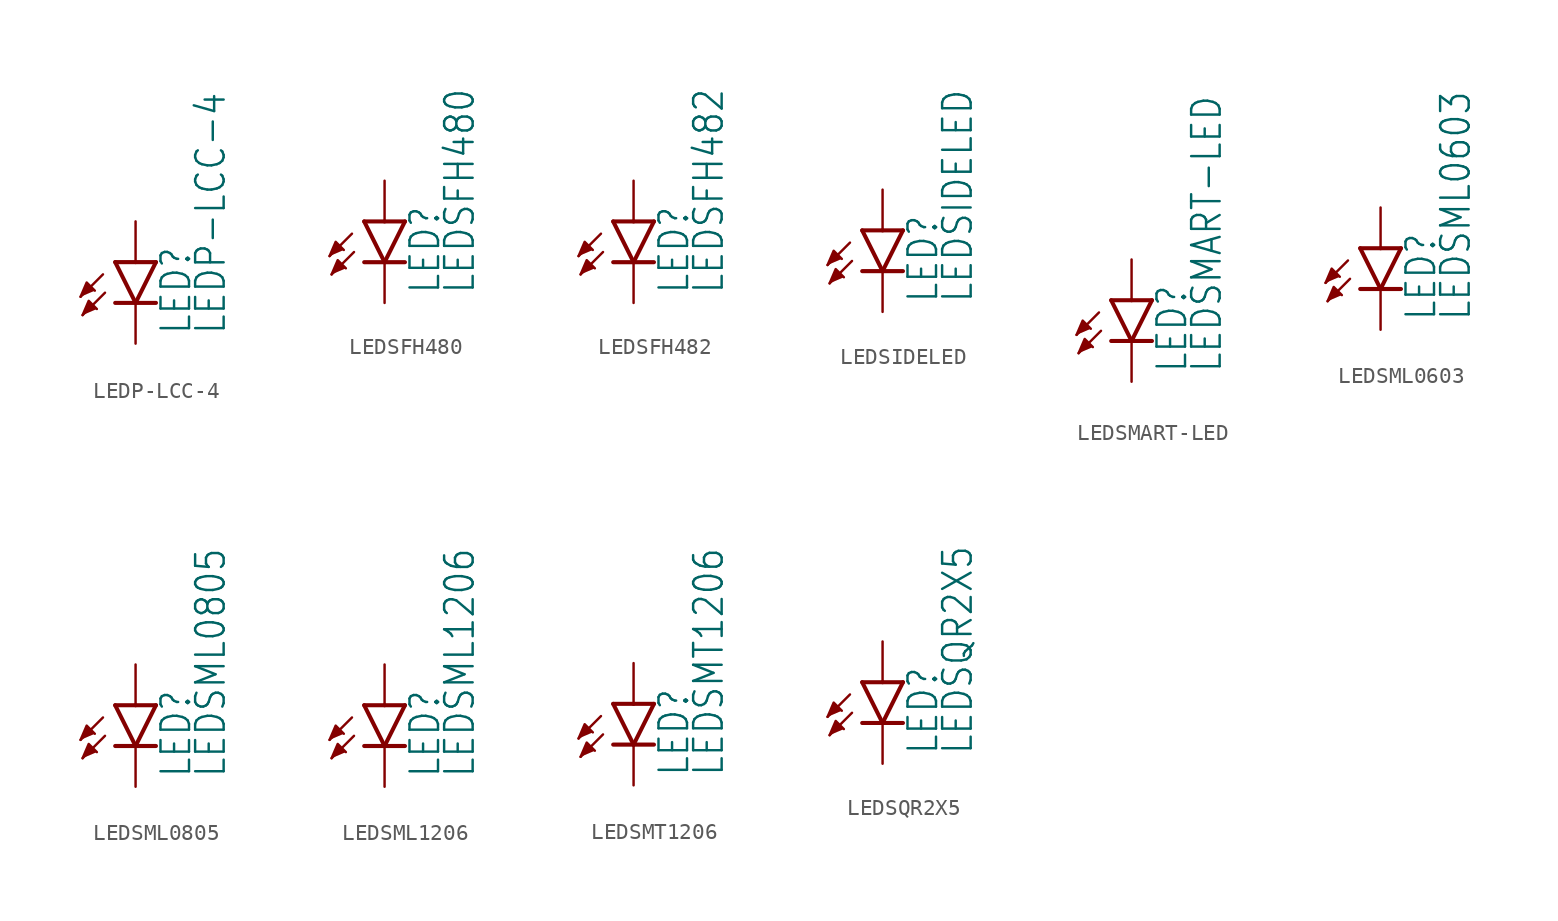
<source format=kicad_sym>
(kicad_symbol_lib
  (version 20211014)
  (generator kicad_symbol_editor)
  (symbol "LEDP-LCC-4"
    (property "Reference" "LED"
      (at 3.556 -4.572 90)
      (effects (font (size 1.778 1.511)) (justify left bottom)))
    (property "Value" "LEDP-LCC-4"
      (at 5.715 -4.572 90)
      (effects (font (size 1.778 1.511)) (justify left bottom)))
    (property "ki_locked" ""
      (at 0 0 0)
      (effects (font (size 1.27 1.27))))
    (symbol "LEDP-LCC-4_1_0"
      (polyline (pts (xy -2.032 -0.762) (xy -3.429 -2.159)) (stroke (width 0.152) (type default)) (fill (type none)))
      (polyline (pts (xy -1.905 -1.905) (xy -3.302 -3.302)) (stroke (width 0.152) (type default)) (fill (type none)))
      (polyline (pts (xy 0 -2.54) (xy -1.27 -2.54)) (stroke (width 0.254) (type default)) (fill (type none)))
      (polyline (pts (xy 0 -2.54) (xy -1.27 0)) (stroke (width 0.254) (type default)) (fill (type none)))
      (polyline (pts (xy 0 0) (xy -1.27 0)) (stroke (width 0.254) (type default)) (fill (type none)))
      (polyline (pts (xy 1.27 -2.54) (xy 0 -2.54)) (stroke (width 0.254) (type default)) (fill (type none)))
      (polyline (pts (xy 1.27 0) (xy 0 -2.54)) (stroke (width 0.254) (type default)) (fill (type none)))
      (polyline (pts (xy 1.27 0) (xy 0 0)) (stroke (width 0.254) (type default)) (fill (type none)))
      (polyline (pts (xy -3.429 -2.159) (xy -3.048 -1.27) (xy -2.54 -1.778)) (stroke (width 0) (type default)) (fill (type outline)))
      (polyline (pts (xy -3.302 -3.302) (xy -2.921 -2.413) (xy -2.413 -2.921)) (stroke (width 0) (type default)) (fill (type outline)))
      (pin passive line (at 0 2.54 270) (length 2.54) (name "A" (effects (font (size 0 0)))) (number "A" (effects (font (size 0 0)))))
      (pin passive line (at 0 -5.08 90) (length 2.54) (name "C" (effects (font (size 0 0)))) (number "C@4" (effects (font (size 0 0)))))))
  (symbol "LEDSFH480"
    (property "Reference" "LED"
      (at 3.556 -4.572 90)
      (effects (font (size 1.778 1.511)) (justify left bottom)))
    (property "Value" "LEDSFH480"
      (at 5.715 -4.572 90)
      (effects (font (size 1.778 1.511)) (justify left bottom)))
    (property "ki_locked" ""
      (at 0 0 0)
      (effects (font (size 1.27 1.27))))
    (symbol "LEDSFH480_1_0"
      (polyline (pts (xy -2.032 -0.762) (xy -3.429 -2.159)) (stroke (width 0.152) (type default)) (fill (type none)))
      (polyline (pts (xy -1.905 -1.905) (xy -3.302 -3.302)) (stroke (width 0.152) (type default)) (fill (type none)))
      (polyline (pts (xy 0 -2.54) (xy -1.27 -2.54)) (stroke (width 0.254) (type default)) (fill (type none)))
      (polyline (pts (xy 0 -2.54) (xy -1.27 0)) (stroke (width 0.254) (type default)) (fill (type none)))
      (polyline (pts (xy 0 0) (xy -1.27 0)) (stroke (width 0.254) (type default)) (fill (type none)))
      (polyline (pts (xy 1.27 -2.54) (xy 0 -2.54)) (stroke (width 0.254) (type default)) (fill (type none)))
      (polyline (pts (xy 1.27 0) (xy 0 -2.54)) (stroke (width 0.254) (type default)) (fill (type none)))
      (polyline (pts (xy 1.27 0) (xy 0 0)) (stroke (width 0.254) (type default)) (fill (type none)))
      (polyline (pts (xy -3.429 -2.159) (xy -3.048 -1.27) (xy -2.54 -1.778)) (stroke (width 0) (type default)) (fill (type outline)))
      (polyline (pts (xy -3.302 -3.302) (xy -2.921 -2.413) (xy -2.413 -2.921)) (stroke (width 0) (type default)) (fill (type outline)))
      (pin passive line (at 0 2.54 270) (length 2.54) (name "A" (effects (font (size 0 0)))) (number "A" (effects (font (size 0 0)))))
      (pin passive line (at 0 -5.08 90) (length 2.54) (name "C" (effects (font (size 0 0)))) (number "K" (effects (font (size 0 0)))))))
  (symbol "LEDSFH482"
    (property "Reference" "LED"
      (at 3.556 -4.572 90)
      (effects (font (size 1.778 1.511)) (justify left bottom)))
    (property "Value" "LEDSFH482"
      (at 5.715 -4.572 90)
      (effects (font (size 1.778 1.511)) (justify left bottom)))
    (property "ki_locked" ""
      (at 0 0 0)
      (effects (font (size 1.27 1.27))))
    (symbol "LEDSFH482_1_0"
      (polyline (pts (xy -2.032 -0.762) (xy -3.429 -2.159)) (stroke (width 0.152) (type default)) (fill (type none)))
      (polyline (pts (xy -1.905 -1.905) (xy -3.302 -3.302)) (stroke (width 0.152) (type default)) (fill (type none)))
      (polyline (pts (xy 0 -2.54) (xy -1.27 -2.54)) (stroke (width 0.254) (type default)) (fill (type none)))
      (polyline (pts (xy 0 -2.54) (xy -1.27 0)) (stroke (width 0.254) (type default)) (fill (type none)))
      (polyline (pts (xy 0 0) (xy -1.27 0)) (stroke (width 0.254) (type default)) (fill (type none)))
      (polyline (pts (xy 1.27 -2.54) (xy 0 -2.54)) (stroke (width 0.254) (type default)) (fill (type none)))
      (polyline (pts (xy 1.27 0) (xy 0 -2.54)) (stroke (width 0.254) (type default)) (fill (type none)))
      (polyline (pts (xy 1.27 0) (xy 0 0)) (stroke (width 0.254) (type default)) (fill (type none)))
      (polyline (pts (xy -3.429 -2.159) (xy -3.048 -1.27) (xy -2.54 -1.778)) (stroke (width 0) (type default)) (fill (type outline)))
      (polyline (pts (xy -3.302 -3.302) (xy -2.921 -2.413) (xy -2.413 -2.921)) (stroke (width 0) (type default)) (fill (type outline)))
      (pin passive line (at 0 2.54 270) (length 2.54) (name "A" (effects (font (size 0 0)))) (number "A" (effects (font (size 0 0)))))
      (pin passive line (at 0 -5.08 90) (length 2.54) (name "C" (effects (font (size 0 0)))) (number "K" (effects (font (size 0 0)))))))
  (symbol "LEDSIDELED"
    (property "Reference" "LED"
      (at 3.556 -4.572 90)
      (effects (font (size 1.778 1.511)) (justify left bottom)))
    (property "Value" "LEDSIDELED"
      (at 5.715 -4.572 90)
      (effects (font (size 1.778 1.511)) (justify left bottom)))
    (property "ki_locked" ""
      (at 0 0 0)
      (effects (font (size 1.27 1.27))))
    (symbol "LEDSIDELED_1_0"
      (polyline (pts (xy -2.032 -0.762) (xy -3.429 -2.159)) (stroke (width 0.152) (type default)) (fill (type none)))
      (polyline (pts (xy -1.905 -1.905) (xy -3.302 -3.302)) (stroke (width 0.152) (type default)) (fill (type none)))
      (polyline (pts (xy 0 -2.54) (xy -1.27 -2.54)) (stroke (width 0.254) (type default)) (fill (type none)))
      (polyline (pts (xy 0 -2.54) (xy -1.27 0)) (stroke (width 0.254) (type default)) (fill (type none)))
      (polyline (pts (xy 0 0) (xy -1.27 0)) (stroke (width 0.254) (type default)) (fill (type none)))
      (polyline (pts (xy 1.27 -2.54) (xy 0 -2.54)) (stroke (width 0.254) (type default)) (fill (type none)))
      (polyline (pts (xy 1.27 0) (xy 0 -2.54)) (stroke (width 0.254) (type default)) (fill (type none)))
      (polyline (pts (xy 1.27 0) (xy 0 0)) (stroke (width 0.254) (type default)) (fill (type none)))
      (polyline (pts (xy -3.429 -2.159) (xy -3.048 -1.27) (xy -2.54 -1.778)) (stroke (width 0) (type default)) (fill (type outline)))
      (polyline (pts (xy -3.302 -3.302) (xy -2.921 -2.413) (xy -2.413 -2.921)) (stroke (width 0) (type default)) (fill (type outline)))
      (pin passive line (at 0 2.54 270) (length 2.54) (name "A" (effects (font (size 0 0)))) (number "A" (effects (font (size 0 0)))))
      (pin passive line (at 0 -5.08 90) (length 2.54) (name "C" (effects (font (size 0 0)))) (number "C" (effects (font (size 0 0)))))))
  (symbol "LEDSMART-LED"
    (property "Reference" "LED"
      (at 3.556 -4.572 90)
      (effects (font (size 1.778 1.511)) (justify left bottom)))
    (property "Value" "LEDSMART-LED"
      (at 5.715 -4.572 90)
      (effects (font (size 1.778 1.511)) (justify left bottom)))
    (property "ki_locked" ""
      (at 0 0 0)
      (effects (font (size 1.27 1.27))))
    (symbol "LEDSMART-LED_1_0"
      (polyline (pts (xy -2.032 -0.762) (xy -3.429 -2.159)) (stroke (width 0.152) (type default)) (fill (type none)))
      (polyline (pts (xy -1.905 -1.905) (xy -3.302 -3.302)) (stroke (width 0.152) (type default)) (fill (type none)))
      (polyline (pts (xy 0 -2.54) (xy -1.27 -2.54)) (stroke (width 0.254) (type default)) (fill (type none)))
      (polyline (pts (xy 0 -2.54) (xy -1.27 0)) (stroke (width 0.254) (type default)) (fill (type none)))
      (polyline (pts (xy 0 0) (xy -1.27 0)) (stroke (width 0.254) (type default)) (fill (type none)))
      (polyline (pts (xy 1.27 -2.54) (xy 0 -2.54)) (stroke (width 0.254) (type default)) (fill (type none)))
      (polyline (pts (xy 1.27 0) (xy 0 -2.54)) (stroke (width 0.254) (type default)) (fill (type none)))
      (polyline (pts (xy 1.27 0) (xy 0 0)) (stroke (width 0.254) (type default)) (fill (type none)))
      (polyline (pts (xy -3.429 -2.159) (xy -3.048 -1.27) (xy -2.54 -1.778)) (stroke (width 0) (type default)) (fill (type outline)))
      (polyline (pts (xy -3.302 -3.302) (xy -2.921 -2.413) (xy -2.413 -2.921)) (stroke (width 0) (type default)) (fill (type outline)))
      (pin passive line (at 0 2.54 270) (length 2.54) (name "A" (effects (font (size 0 0)))) (number "A" (effects (font (size 0 0)))))
      (pin passive line (at 0 -5.08 90) (length 2.54) (name "C" (effects (font (size 0 0)))) (number "B" (effects (font (size 0 0)))))))
  (symbol "LEDSML0603"
    (property "Reference" "LED"
      (at 3.556 -4.572 90)
      (effects (font (size 1.778 1.511)) (justify left bottom)))
    (property "Value" "LEDSML0603"
      (at 5.715 -4.572 90)
      (effects (font (size 1.778 1.511)) (justify left bottom)))
    (property "ki_locked" ""
      (at 0 0 0)
      (effects (font (size 1.27 1.27))))
    (symbol "LEDSML0603_1_0"
      (polyline (pts (xy -2.032 -0.762) (xy -3.429 -2.159)) (stroke (width 0.152) (type default)) (fill (type none)))
      (polyline (pts (xy -1.905 -1.905) (xy -3.302 -3.302)) (stroke (width 0.152) (type default)) (fill (type none)))
      (polyline (pts (xy 0 -2.54) (xy -1.27 -2.54)) (stroke (width 0.254) (type default)) (fill (type none)))
      (polyline (pts (xy 0 -2.54) (xy -1.27 0)) (stroke (width 0.254) (type default)) (fill (type none)))
      (polyline (pts (xy 0 0) (xy -1.27 0)) (stroke (width 0.254) (type default)) (fill (type none)))
      (polyline (pts (xy 1.27 -2.54) (xy 0 -2.54)) (stroke (width 0.254) (type default)) (fill (type none)))
      (polyline (pts (xy 1.27 0) (xy 0 -2.54)) (stroke (width 0.254) (type default)) (fill (type none)))
      (polyline (pts (xy 1.27 0) (xy 0 0)) (stroke (width 0.254) (type default)) (fill (type none)))
      (polyline (pts (xy -3.429 -2.159) (xy -3.048 -1.27) (xy -2.54 -1.778)) (stroke (width 0) (type default)) (fill (type outline)))
      (polyline (pts (xy -3.302 -3.302) (xy -2.921 -2.413) (xy -2.413 -2.921)) (stroke (width 0) (type default)) (fill (type outline)))
      (pin passive line (at 0 2.54 270) (length 2.54) (name "A" (effects (font (size 0 0)))) (number "A" (effects (font (size 0 0)))))
      (pin passive line (at 0 -5.08 90) (length 2.54) (name "C" (effects (font (size 0 0)))) (number "C" (effects (font (size 0 0)))))))
  (symbol "LEDSML0805"
    (property "Reference" "LED"
      (at 3.556 -4.572 90)
      (effects (font (size 1.778 1.511)) (justify left bottom)))
    (property "Value" "LEDSML0805"
      (at 5.715 -4.572 90)
      (effects (font (size 1.778 1.511)) (justify left bottom)))
    (property "ki_locked" ""
      (at 0 0 0)
      (effects (font (size 1.27 1.27))))
    (symbol "LEDSML0805_1_0"
      (polyline (pts (xy -2.032 -0.762) (xy -3.429 -2.159)) (stroke (width 0.152) (type default)) (fill (type none)))
      (polyline (pts (xy -1.905 -1.905) (xy -3.302 -3.302)) (stroke (width 0.152) (type default)) (fill (type none)))
      (polyline (pts (xy 0 -2.54) (xy -1.27 -2.54)) (stroke (width 0.254) (type default)) (fill (type none)))
      (polyline (pts (xy 0 -2.54) (xy -1.27 0)) (stroke (width 0.254) (type default)) (fill (type none)))
      (polyline (pts (xy 0 0) (xy -1.27 0)) (stroke (width 0.254) (type default)) (fill (type none)))
      (polyline (pts (xy 1.27 -2.54) (xy 0 -2.54)) (stroke (width 0.254) (type default)) (fill (type none)))
      (polyline (pts (xy 1.27 0) (xy 0 -2.54)) (stroke (width 0.254) (type default)) (fill (type none)))
      (polyline (pts (xy 1.27 0) (xy 0 0)) (stroke (width 0.254) (type default)) (fill (type none)))
      (polyline (pts (xy -3.429 -2.159) (xy -3.048 -1.27) (xy -2.54 -1.778)) (stroke (width 0) (type default)) (fill (type outline)))
      (polyline (pts (xy -3.302 -3.302) (xy -2.921 -2.413) (xy -2.413 -2.921)) (stroke (width 0) (type default)) (fill (type outline)))
      (pin passive line (at 0 2.54 270) (length 2.54) (name "A" (effects (font (size 0 0)))) (number "A" (effects (font (size 0 0)))))
      (pin passive line (at 0 -5.08 90) (length 2.54) (name "C" (effects (font (size 0 0)))) (number "C" (effects (font (size 0 0)))))))
  (symbol "LEDSML1206"
    (property "Reference" "LED"
      (at 3.556 -4.572 90)
      (effects (font (size 1.778 1.511)) (justify left bottom)))
    (property "Value" "LEDSML1206"
      (at 5.715 -4.572 90)
      (effects (font (size 1.778 1.511)) (justify left bottom)))
    (property "ki_locked" ""
      (at 0 0 0)
      (effects (font (size 1.27 1.27))))
    (symbol "LEDSML1206_1_0"
      (polyline (pts (xy -2.032 -0.762) (xy -3.429 -2.159)) (stroke (width 0.152) (type default)) (fill (type none)))
      (polyline (pts (xy -1.905 -1.905) (xy -3.302 -3.302)) (stroke (width 0.152) (type default)) (fill (type none)))
      (polyline (pts (xy 0 -2.54) (xy -1.27 -2.54)) (stroke (width 0.254) (type default)) (fill (type none)))
      (polyline (pts (xy 0 -2.54) (xy -1.27 0)) (stroke (width 0.254) (type default)) (fill (type none)))
      (polyline (pts (xy 0 0) (xy -1.27 0)) (stroke (width 0.254) (type default)) (fill (type none)))
      (polyline (pts (xy 1.27 -2.54) (xy 0 -2.54)) (stroke (width 0.254) (type default)) (fill (type none)))
      (polyline (pts (xy 1.27 0) (xy 0 -2.54)) (stroke (width 0.254) (type default)) (fill (type none)))
      (polyline (pts (xy 1.27 0) (xy 0 0)) (stroke (width 0.254) (type default)) (fill (type none)))
      (polyline (pts (xy -3.429 -2.159) (xy -3.048 -1.27) (xy -2.54 -1.778)) (stroke (width 0) (type default)) (fill (type outline)))
      (polyline (pts (xy -3.302 -3.302) (xy -2.921 -2.413) (xy -2.413 -2.921)) (stroke (width 0) (type default)) (fill (type outline)))
      (pin passive line (at 0 2.54 270) (length 2.54) (name "A" (effects (font (size 0 0)))) (number "A" (effects (font (size 0 0)))))
      (pin passive line (at 0 -5.08 90) (length 2.54) (name "C" (effects (font (size 0 0)))) (number "C" (effects (font (size 0 0)))))))
  (symbol "LEDSMT1206"
    (property "Reference" "LED"
      (at 3.556 -4.572 90)
      (effects (font (size 1.778 1.511)) (justify left bottom)))
    (property "Value" "LEDSMT1206"
      (at 5.715 -4.572 90)
      (effects (font (size 1.778 1.511)) (justify left bottom)))
    (property "ki_locked" ""
      (at 0 0 0)
      (effects (font (size 1.27 1.27))))
    (symbol "LEDSMT1206_1_0"
      (polyline (pts (xy -2.032 -0.762) (xy -3.429 -2.159)) (stroke (width 0.152) (type default)) (fill (type none)))
      (polyline (pts (xy -1.905 -1.905) (xy -3.302 -3.302)) (stroke (width 0.152) (type default)) (fill (type none)))
      (polyline (pts (xy 0 -2.54) (xy -1.27 -2.54)) (stroke (width 0.254) (type default)) (fill (type none)))
      (polyline (pts (xy 0 -2.54) (xy -1.27 0)) (stroke (width 0.254) (type default)) (fill (type none)))
      (polyline (pts (xy 0 0) (xy -1.27 0)) (stroke (width 0.254) (type default)) (fill (type none)))
      (polyline (pts (xy 1.27 -2.54) (xy 0 -2.54)) (stroke (width 0.254) (type default)) (fill (type none)))
      (polyline (pts (xy 1.27 0) (xy 0 -2.54)) (stroke (width 0.254) (type default)) (fill (type none)))
      (polyline (pts (xy 1.27 0) (xy 0 0)) (stroke (width 0.254) (type default)) (fill (type none)))
      (polyline (pts (xy -3.429 -2.159) (xy -3.048 -1.27) (xy -2.54 -1.778)) (stroke (width 0) (type default)) (fill (type outline)))
      (polyline (pts (xy -3.302 -3.302) (xy -2.921 -2.413) (xy -2.413 -2.921)) (stroke (width 0) (type default)) (fill (type outline)))
      (pin passive line (at 0 2.54 270) (length 2.54) (name "A" (effects (font (size 0 0)))) (number "A" (effects (font (size 0 0)))))
      (pin passive line (at 0 -5.08 90) (length 2.54) (name "C" (effects (font (size 0 0)))) (number "C" (effects (font (size 0 0)))))))
  (symbol "LEDSQR2X5"
    (property "Reference" "LED"
      (at 3.556 -4.572 90)
      (effects (font (size 1.778 1.511)) (justify left bottom)))
    (property "Value" "LEDSQR2X5"
      (at 5.715 -4.572 90)
      (effects (font (size 1.778 1.511)) (justify left bottom)))
    (property "ki_locked" ""
      (at 0 0 0)
      (effects (font (size 1.27 1.27))))
    (symbol "LEDSQR2X5_1_0"
      (polyline (pts (xy -2.032 -0.762) (xy -3.429 -2.159)) (stroke (width 0.152) (type default)) (fill (type none)))
      (polyline (pts (xy -1.905 -1.905) (xy -3.302 -3.302)) (stroke (width 0.152) (type default)) (fill (type none)))
      (polyline (pts (xy 0 -2.54) (xy -1.27 -2.54)) (stroke (width 0.254) (type default)) (fill (type none)))
      (polyline (pts (xy 0 -2.54) (xy -1.27 0)) (stroke (width 0.254) (type default)) (fill (type none)))
      (polyline (pts (xy 0 0) (xy -1.27 0)) (stroke (width 0.254) (type default)) (fill (type none)))
      (polyline (pts (xy 1.27 -2.54) (xy 0 -2.54)) (stroke (width 0.254) (type default)) (fill (type none)))
      (polyline (pts (xy 1.27 0) (xy 0 -2.54)) (stroke (width 0.254) (type default)) (fill (type none)))
      (polyline (pts (xy 1.27 0) (xy 0 0)) (stroke (width 0.254) (type default)) (fill (type none)))
      (polyline (pts (xy -3.429 -2.159) (xy -3.048 -1.27) (xy -2.54 -1.778)) (stroke (width 0) (type default)) (fill (type outline)))
      (polyline (pts (xy -3.302 -3.302) (xy -2.921 -2.413) (xy -2.413 -2.921)) (stroke (width 0) (type default)) (fill (type outline)))
      (pin passive line (at 0 2.54 270) (length 2.54) (name "A" (effects (font (size 0 0)))) (number "A" (effects (font (size 0 0)))))
      (pin passive line (at 0 -5.08 90) (length 2.54) (name "C" (effects (font (size 0 0)))) (number "K" (effects (font (size 0 0))))))))
</source>
